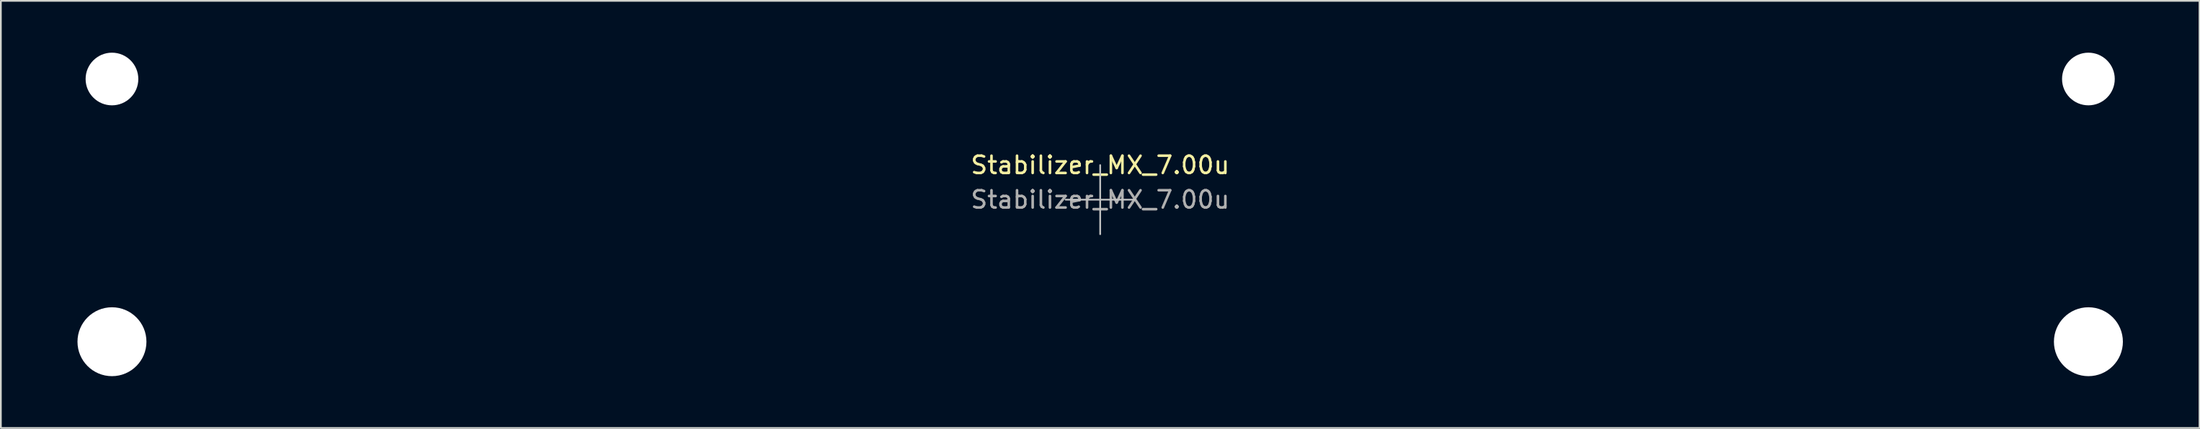
<source format=kicad_pcb>
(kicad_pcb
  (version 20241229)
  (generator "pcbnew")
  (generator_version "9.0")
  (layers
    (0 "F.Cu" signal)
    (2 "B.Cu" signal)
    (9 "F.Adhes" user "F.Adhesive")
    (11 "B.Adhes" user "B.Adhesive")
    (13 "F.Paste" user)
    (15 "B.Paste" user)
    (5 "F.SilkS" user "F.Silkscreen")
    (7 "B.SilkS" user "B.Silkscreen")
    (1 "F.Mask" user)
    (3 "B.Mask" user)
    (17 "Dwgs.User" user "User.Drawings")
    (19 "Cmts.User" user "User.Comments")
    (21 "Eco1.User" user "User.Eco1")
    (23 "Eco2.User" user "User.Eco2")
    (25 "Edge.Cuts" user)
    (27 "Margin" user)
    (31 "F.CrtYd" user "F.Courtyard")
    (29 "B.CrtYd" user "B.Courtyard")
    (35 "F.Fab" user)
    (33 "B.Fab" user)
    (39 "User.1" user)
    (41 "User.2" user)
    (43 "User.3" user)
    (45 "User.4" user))
  (footprint "Stabilizer_MX_7.00u"
    (layer "F.Cu")
    (at 60.575 8.509)
    (property "Reference" "Stabilizer_MX_7.00u" (at 0 -2 0) (layer "F.SilkS") (effects (font (size 1 1) (thickness 0.15))))
    (attr exclude_from_pos_files exclude_from_bom)
    (fp_line (start -2 0) (end 2 0) (stroke (width 0.1) (type solid)) (layer "Dwgs.User"))
    (fp_line (start 0 2) (end 0 -2) (stroke (width 0.1) (type solid)) (layer "Dwgs.User"))
    (fp_line (start -60.525 -5.53) (end -60.525 6.77) (stroke (width 0.1) (type solid)) (layer "Eco1.User"))
    (fp_line (start -60.525 6.77) (end -53.775 6.77) (stroke (width 0.1) (type solid)) (layer "Eco1.User"))
    (fp_line (start -53.775 -5.53) (end -60.525 -5.53) (stroke (width 0.1) (type solid)) (layer "Eco1.User"))
    (fp_line (start -53.775 6.77) (end -53.775 -5.53) (stroke (width 0.1) (type solid)) (layer "Eco1.User"))
    (fp_line (start 53.775 -5.53) (end 53.775 6.77) (stroke (width 0.1) (type solid)) (layer "Eco1.User"))
    (fp_line (start 53.775 6.77) (end 60.525 6.77) (stroke (width 0.1) (type solid)) (layer "Eco1.User"))
    (fp_line (start 60.525 -5.53) (end 53.775 -5.53) (stroke (width 0.1) (type solid)) (layer "Eco1.User"))
    (fp_line (start 60.525 6.77) (end 60.525 -5.53) (stroke (width 0.1) (type solid)) (layer "Eco1.User"))
    (fp_text user "${REFERENCE}" (at 0 0 0) (layer "F.Fab") (effects (font (size 1 1) (thickness 0.15))))
    (pad "" np_thru_hole circle (at -57.15 -6.985) (size 3.048 3.048) (drill 3.048) (layers "*.Cu" "*.Mask"))
    (pad "" np_thru_hole circle (at -57.15 8.225) (size 3.988 3.988) (drill 3.988) (layers "*.Cu" "*.Mask"))
    (pad "" np_thru_hole circle (at 57.15 -6.985) (size 3.048 3.048) (drill 3.048) (layers "*.Cu" "*.Mask"))
    (pad "" np_thru_hole circle (at 57.15 8.225) (size 3.988 3.988) (drill 3.988) (layers "*.Cu" "*.Mask")))
  (gr_rect
    (start -3 -3)
    (end 124.15 21.728)
    (stroke (width 0.1) (type default))
    (fill no)
    (layer "Edge.Cuts")))
</source>
